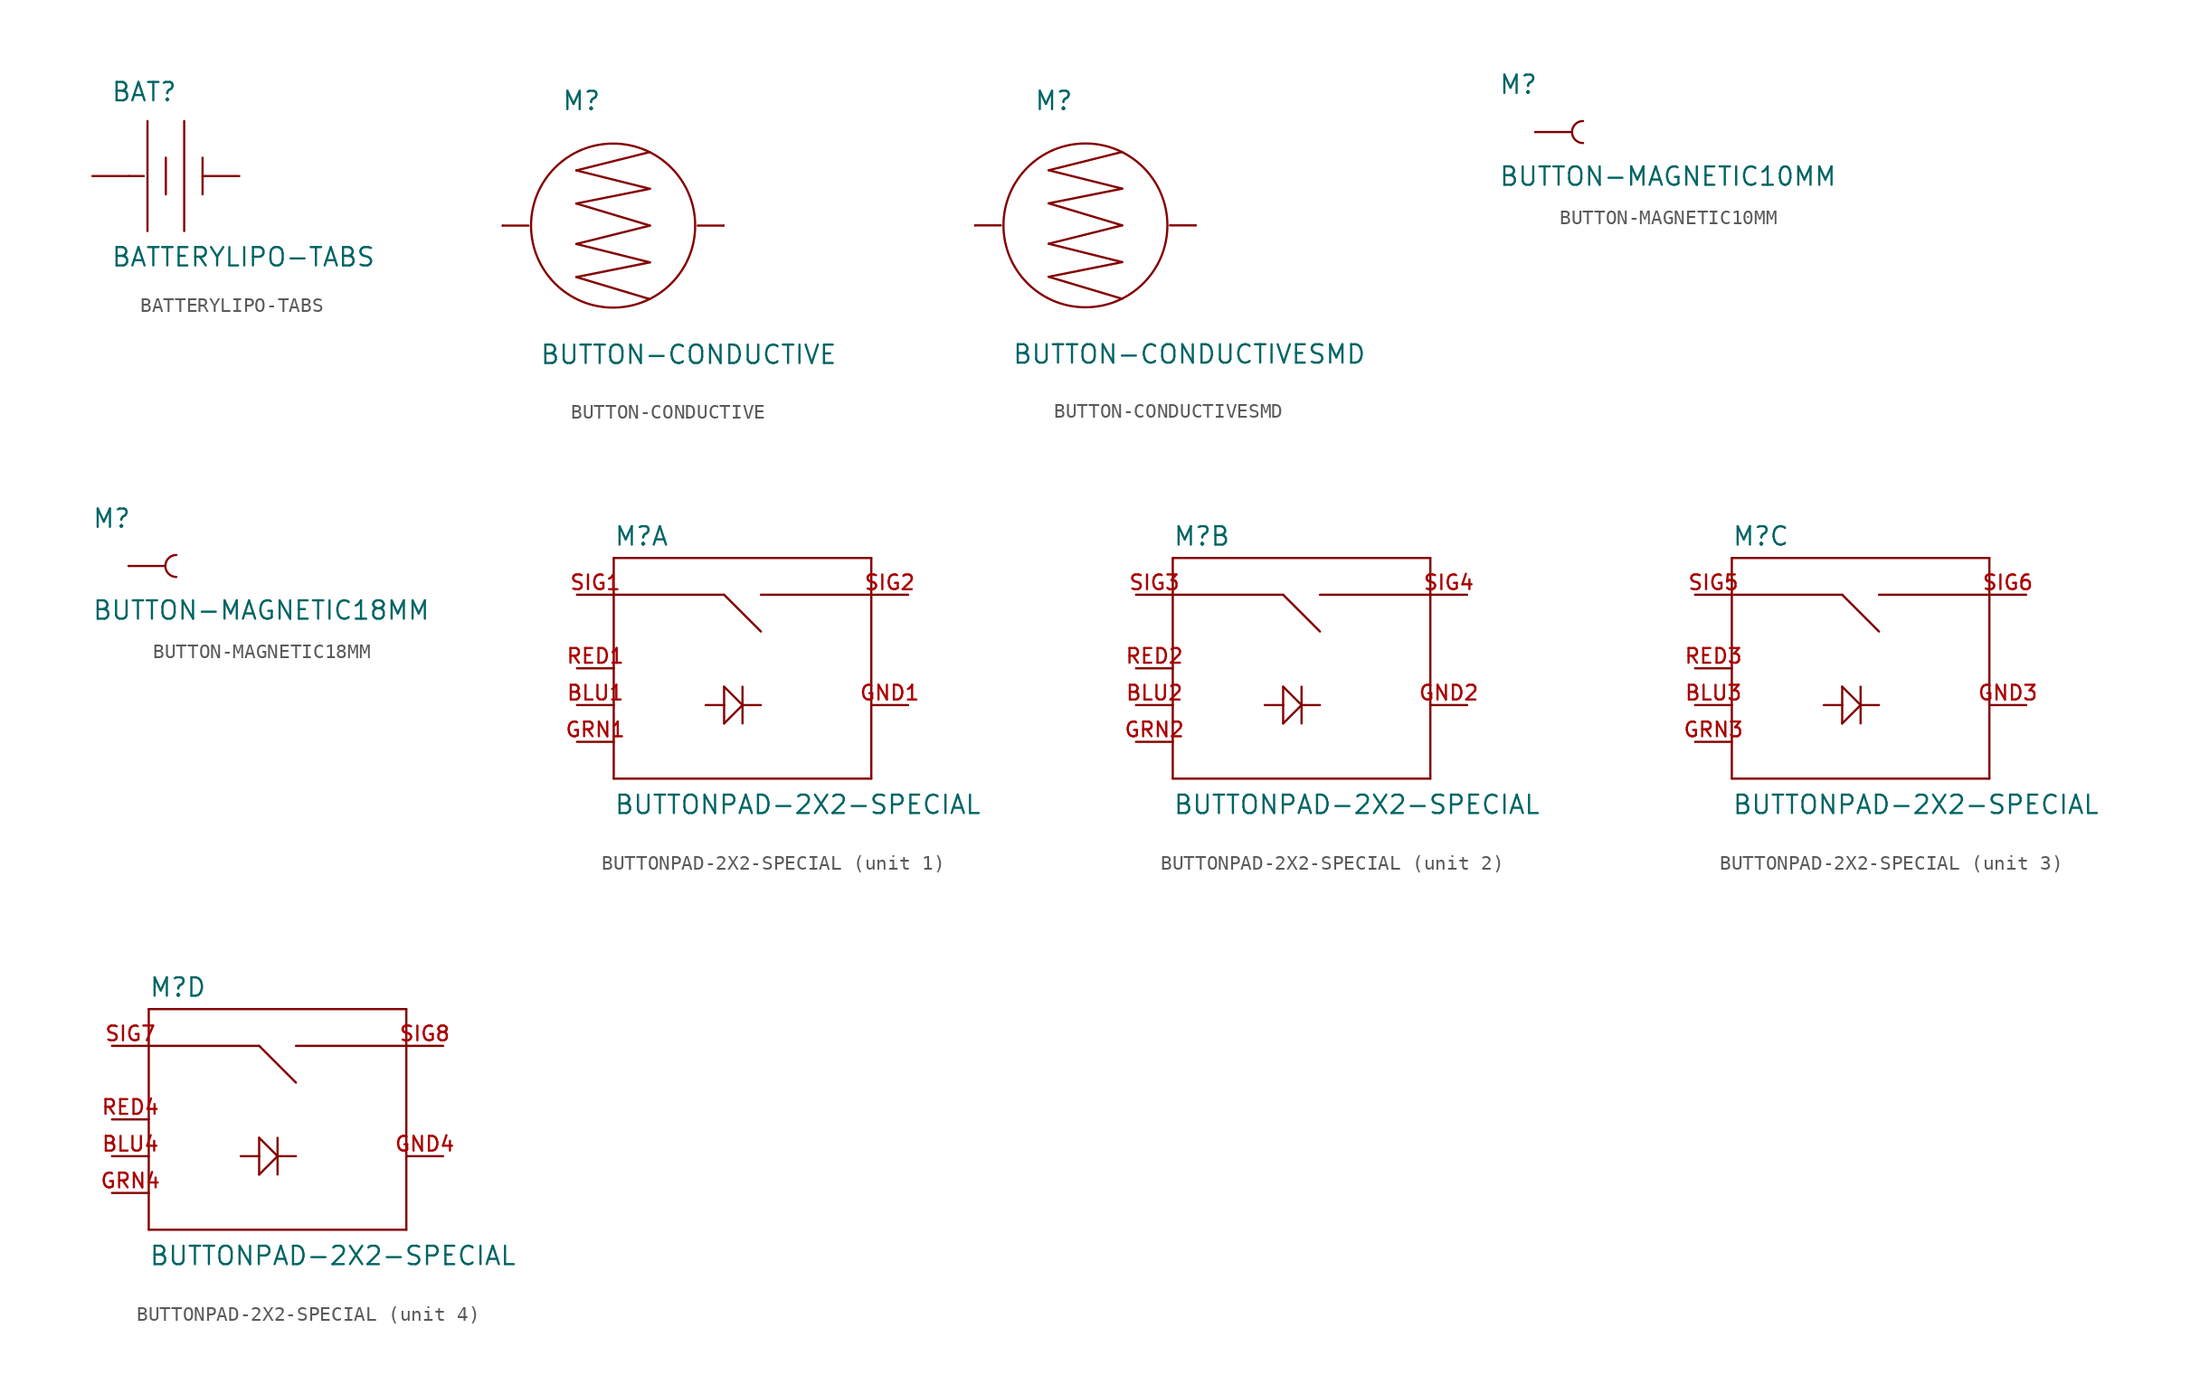
<source format=kicad_sym>
(kicad_symbol_lib
  (version 20220914)
  (generator kicad_symbol_editor)
  (symbol "BATTERYLIPO-TABS"
    (pin_numbers hide)
    (pin_names
      (offset 1.016) hide)
    (property "Reference" "BAT"
      (at -3.81 5.08 0)
      (effects (font (size 1.27 1.27)) (justify left bottom)))
    (property "Value" "BATTERYLIPO-TABS"
      (at -3.81 -6.35 0)
      (effects (font (size 1.27 1.27)) (justify left bottom)))
    (property "ki_locked" ""
      (at 0 0 0)
      (effects (font (size 1.27 1.27))))
    (symbol "BATTERYLIPO-TABS_1_0"
      (polyline (pts (xy -2.54 0) (xy -1.524 0)) (stroke (width 0) (type solid)) (fill (type none)))
      (polyline (pts (xy -1.27 3.81) (xy -1.27 -3.81)) (stroke (width 0) (type solid)) (fill (type none)))
      (polyline (pts (xy 0 1.27) (xy 0 -1.27)) (stroke (width 0) (type solid)) (fill (type none)))
      (polyline (pts (xy 1.27 3.81) (xy 1.27 -3.81)) (stroke (width 0) (type solid)) (fill (type none)))
      (polyline (pts (xy 2.54 1.27) (xy 2.54 -1.27)) (stroke (width 0) (type solid)) (fill (type none))))
    (symbol "BATTERYLIPO-TABS_1_1"
      (pin power_in line (at -5.08 0 0) (length 2.54) (name "+" (effects (font (size 1.016 1.016)))) (number "+" (effects (font (size 1.016 1.016)))))
      (pin power_in line (at 5.08 0 180) (length 2.54) (name "-" (effects (font (size 1.016 1.016)))) (number "-" (effects (font (size 1.016 1.016)))))))
  (symbol "BUTTON-CONDUCTIVE"
    (pin_numbers hide)
    (pin_names
      (offset 1.016) hide)
    (property "Reference" "M"
      (at -3.556 7.874 0)
      (effects (font (size 1.27 1.27)) (justify left bottom)))
    (property "Value" "BUTTON-CONDUCTIVE"
      (at -5.08 -9.652 0)
      (effects (font (size 1.27 1.27)) (justify left bottom)))
    (property "ki_locked" ""
      (at 0 0 0)
      (effects (font (size 1.27 1.27))))
    (symbol "BUTTON-CONDUCTIVE_1_0"
      (polyline (pts (xy -7.62 0) (xy -5.842 0)) (stroke (width 0) (type solid)) (fill (type none)))
      (polyline (pts (xy -2.54 -3.556) (xy 2.54 -5.08)) (stroke (width 0) (type solid)) (fill (type none)))
      (polyline (pts (xy -2.54 -1.27) (xy 2.54 -2.54)) (stroke (width 0) (type solid)) (fill (type none)))
      (polyline (pts (xy -2.54 1.524) (xy 2.54 0)) (stroke (width 0) (type solid)) (fill (type none)))
      (polyline (pts (xy -2.54 3.81) (xy 2.54 5.08)) (stroke (width 0) (type solid)) (fill (type none)))
      (polyline (pts (xy 2.54 -2.54) (xy -2.54 -3.556)) (stroke (width 0) (type solid)) (fill (type none)))
      (polyline (pts (xy 2.54 0) (xy -2.54 -1.27)) (stroke (width 0) (type solid)) (fill (type none)))
      (polyline (pts (xy 2.54 2.54) (xy -2.54 1.524)) (stroke (width 0) (type solid)) (fill (type none)))
      (polyline (pts (xy 2.54 2.54) (xy -2.54 3.81)) (stroke (width 0) (type solid)) (fill (type none)))
      (polyline (pts (xy 7.62 0) (xy 5.842 0)) (stroke (width 0) (type solid)) (fill (type none))))
    (symbol "BUTTON-CONDUCTIVE_1_1"
      (circle (center 0 0) (radius 5.664) (stroke (width 0) (type solid)) (fill (type none)))
      (pin passive line (at -7.62 0 0) (length 0) (name "1" (effects (font (size 1.016 1.016)))) (number "1" (effects (font (size 1.016 1.016)))))
      (pin passive line (at 7.62 0 180) (length 0) (name "2" (effects (font (size 1.016 1.016)))) (number "2" (effects (font (size 1.016 1.016)))))))
  (symbol "BUTTON-CONDUCTIVESMD"
    (pin_numbers hide)
    (pin_names
      (offset 1.016) hide)
    (property "Reference" "M"
      (at -3.556 7.874 0)
      (effects (font (size 1.27 1.27)) (justify left bottom)))
    (property "Value" "BUTTON-CONDUCTIVESMD"
      (at -5.08 -9.652 0)
      (effects (font (size 1.27 1.27)) (justify left bottom)))
    (property "ki_locked" ""
      (at 0 0 0)
      (effects (font (size 1.27 1.27))))
    (symbol "BUTTON-CONDUCTIVESMD_1_0"
      (polyline (pts (xy -7.62 0) (xy -5.842 0)) (stroke (width 0) (type solid)) (fill (type none)))
      (polyline (pts (xy -2.54 -3.556) (xy 2.54 -5.08)) (stroke (width 0) (type solid)) (fill (type none)))
      (polyline (pts (xy -2.54 -1.27) (xy 2.54 -2.54)) (stroke (width 0) (type solid)) (fill (type none)))
      (polyline (pts (xy -2.54 1.524) (xy 2.54 0)) (stroke (width 0) (type solid)) (fill (type none)))
      (polyline (pts (xy -2.54 3.81) (xy 2.54 5.08)) (stroke (width 0) (type solid)) (fill (type none)))
      (polyline (pts (xy 2.54 -2.54) (xy -2.54 -3.556)) (stroke (width 0) (type solid)) (fill (type none)))
      (polyline (pts (xy 2.54 0) (xy -2.54 -1.27)) (stroke (width 0) (type solid)) (fill (type none)))
      (polyline (pts (xy 2.54 2.54) (xy -2.54 1.524)) (stroke (width 0) (type solid)) (fill (type none)))
      (polyline (pts (xy 2.54 2.54) (xy -2.54 3.81)) (stroke (width 0) (type solid)) (fill (type none)))
      (polyline (pts (xy 7.62 0) (xy 5.842 0)) (stroke (width 0) (type solid)) (fill (type none))))
    (symbol "BUTTON-CONDUCTIVESMD_1_1"
      (circle (center 0 0) (radius 5.664) (stroke (width 0) (type solid)) (fill (type none)))
      (pin passive line (at -7.62 0 0) (length 0) (name "1" (effects (font (size 1.016 1.016)))) (number "1" (effects (font (size 1.016 1.016)))))
      (pin passive line (at 7.62 0 180) (length 0) (name "2" (effects (font (size 1.016 1.016)))) (number "2" (effects (font (size 1.016 1.016)))))))
  (symbol "BUTTON-MAGNETIC10MM"
    (pin_numbers hide)
    (pin_names
      (offset 1.016) hide)
    (property "Reference" "M"
      (at -5.08 2.54 0)
      (effects (font (size 1.27 1.27)) (justify left bottom)))
    (property "Value" "BUTTON-MAGNETIC10MM"
      (at -5.08 -3.81 0)
      (effects (font (size 1.27 1.27)) (justify left bottom)))
    (property "ki_locked" ""
      (at 0 0 0)
      (effects (font (size 1.27 1.27))))
    (symbol "BUTTON-MAGNETIC10MM_1_0"
      (polyline (pts (xy 0 0) (xy -2.54 0)) (stroke (width 0) (type solid)) (fill (type none))))
    (symbol "BUTTON-MAGNETIC10MM_1_1"
      (arc (start 0.762 0.762) (mid 0 0) (end 0.762 -0.762) (stroke (width 0) (type solid)) (fill (type none)))
      (pin bidirectional line (at -2.54 0 180) (length 0) (name "1" (effects (font (size 1.016 1.016)))) (number "1" (effects (font (size 1.016 1.016)))))))
  (symbol "BUTTON-MAGNETIC18MM"
    (pin_numbers hide)
    (pin_names
      (offset 1.016) hide)
    (property "Reference" "M"
      (at -5.08 2.54 0)
      (effects (font (size 1.27 1.27)) (justify left bottom)))
    (property "Value" "BUTTON-MAGNETIC18MM"
      (at -5.08 -3.81 0)
      (effects (font (size 1.27 1.27)) (justify left bottom)))
    (property "ki_locked" ""
      (at 0 0 0)
      (effects (font (size 1.27 1.27))))
    (symbol "BUTTON-MAGNETIC18MM_1_0"
      (polyline (pts (xy 0 0) (xy -2.54 0)) (stroke (width 0) (type solid)) (fill (type none))))
    (symbol "BUTTON-MAGNETIC18MM_1_1"
      (arc (start 0.762 0.762) (mid 0 0) (end 0.762 -0.762) (stroke (width 0) (type solid)) (fill (type none)))
      (pin bidirectional line (at -2.54 0 180) (length 0) (name "1" (effects (font (size 1.016 1.016)))) (number "1" (effects (font (size 1.016 1.016)))))))
  (symbol "BUTTONPAD-2X2-SPECIAL"
    (pin_names
      (offset 1.016) hide)
    (property "Reference" "M"
      (at -7.62 8.382 0)
      (effects (font (size 1.27 1.27)) (justify left bottom)))
    (property "Value" "BUTTONPAD-2X2-SPECIAL"
      (at -7.62 -10.16 0)
      (effects (font (size 1.27 1.27)) (justify left bottom)))
    (property "ki_locked" ""
      (at 0 0 0)
      (effects (font (size 1.27 1.27))))
    (symbol "BUTTONPAD-2X2-SPECIAL_1_0"
      (polyline (pts (xy -7.62 -7.62) (xy -7.62 5.08)) (stroke (width 0) (type solid)) (fill (type none)))
      (polyline (pts (xy -7.62 5.08) (xy -7.62 7.62)) (stroke (width 0) (type solid)) (fill (type none)))
      (polyline (pts (xy -7.62 5.08) (xy 0 5.08)) (stroke (width 0) (type solid)) (fill (type none)))
      (polyline (pts (xy -7.62 7.62) (xy 10.16 7.62)) (stroke (width 0) (type solid)) (fill (type none)))
      (polyline (pts (xy 0 -3.81) (xy 1.27 -2.54)) (stroke (width 0) (type solid)) (fill (type none)))
      (polyline (pts (xy 0 -2.54) (xy -1.27 -2.54)) (stroke (width 0) (type solid)) (fill (type none)))
      (polyline (pts (xy 0 -2.54) (xy 0 -3.81)) (stroke (width 0) (type solid)) (fill (type none)))
      (polyline (pts (xy 0 -1.27) (xy 0 -2.54)) (stroke (width 0) (type solid)) (fill (type none)))
      (polyline (pts (xy 0 5.08) (xy 2.54 2.54)) (stroke (width 0) (type solid)) (fill (type none)))
      (polyline (pts (xy 1.27 -2.54) (xy 0 -1.27)) (stroke (width 0) (type solid)) (fill (type none)))
      (polyline (pts (xy 1.27 -2.54) (xy 1.27 -3.81)) (stroke (width 0) (type solid)) (fill (type none)))
      (polyline (pts (xy 1.27 -2.54) (xy 2.54 -2.54)) (stroke (width 0) (type solid)) (fill (type none)))
      (polyline (pts (xy 1.27 -1.27) (xy 1.27 -2.54)) (stroke (width 0) (type solid)) (fill (type none)))
      (polyline (pts (xy 2.54 5.08) (xy 10.16 5.08)) (stroke (width 0) (type solid)) (fill (type none)))
      (polyline (pts (xy 10.16 -7.62) (xy -7.62 -7.62)) (stroke (width 0) (type solid)) (fill (type none)))
      (polyline (pts (xy 10.16 5.08) (xy 10.16 -7.62)) (stroke (width 0) (type solid)) (fill (type none)))
      (polyline (pts (xy 10.16 7.62) (xy 10.16 5.08)) (stroke (width 0) (type solid)) (fill (type none))))
    (symbol "BUTTONPAD-2X2-SPECIAL_1_1"
      (pin bidirectional line (at -10.16 -2.54 0) (length 2.54) (name "BLU" (effects (font (size 1.016 1.016)))) (number "BLU1" (effects (font (size 1.016 1.016)))))
      (pin bidirectional line (at 12.7 -2.54 180) (length 2.54) (name "GND" (effects (font (size 1.016 1.016)))) (number "GND1" (effects (font (size 1.016 1.016)))))
      (pin bidirectional line (at -10.16 -5.08 0) (length 2.54) (name "GRN" (effects (font (size 1.016 1.016)))) (number "GRN1" (effects (font (size 1.016 1.016)))))
      (pin bidirectional line (at -10.16 0 0) (length 2.54) (name "RED" (effects (font (size 1.016 1.016)))) (number "RED1" (effects (font (size 1.016 1.016)))))
      (pin bidirectional line (at -10.16 5.08 0) (length 2.54) (name "SIG1" (effects (font (size 1.016 1.016)))) (number "SIG1" (effects (font (size 1.016 1.016)))))
      (pin bidirectional line (at 12.7 5.08 180) (length 2.54) (name "SIG2" (effects (font (size 1.016 1.016)))) (number "SIG2" (effects (font (size 1.016 1.016))))))
    (symbol "BUTTONPAD-2X2-SPECIAL_2_0"
      (polyline (pts (xy -7.62 -7.62) (xy -7.62 5.08)) (stroke (width 0) (type solid)) (fill (type none)))
      (polyline (pts (xy -7.62 5.08) (xy -7.62 7.62)) (stroke (width 0) (type solid)) (fill (type none)))
      (polyline (pts (xy -7.62 5.08) (xy 0 5.08)) (stroke (width 0) (type solid)) (fill (type none)))
      (polyline (pts (xy -7.62 7.62) (xy 10.16 7.62)) (stroke (width 0) (type solid)) (fill (type none)))
      (polyline (pts (xy 0 -3.81) (xy 1.27 -2.54)) (stroke (width 0) (type solid)) (fill (type none)))
      (polyline (pts (xy 0 -2.54) (xy -1.27 -2.54)) (stroke (width 0) (type solid)) (fill (type none)))
      (polyline (pts (xy 0 -2.54) (xy 0 -3.81)) (stroke (width 0) (type solid)) (fill (type none)))
      (polyline (pts (xy 0 -1.27) (xy 0 -2.54)) (stroke (width 0) (type solid)) (fill (type none)))
      (polyline (pts (xy 0 5.08) (xy 2.54 2.54)) (stroke (width 0) (type solid)) (fill (type none)))
      (polyline (pts (xy 1.27 -2.54) (xy 0 -1.27)) (stroke (width 0) (type solid)) (fill (type none)))
      (polyline (pts (xy 1.27 -2.54) (xy 1.27 -3.81)) (stroke (width 0) (type solid)) (fill (type none)))
      (polyline (pts (xy 1.27 -2.54) (xy 2.54 -2.54)) (stroke (width 0) (type solid)) (fill (type none)))
      (polyline (pts (xy 1.27 -1.27) (xy 1.27 -2.54)) (stroke (width 0) (type solid)) (fill (type none)))
      (polyline (pts (xy 2.54 5.08) (xy 10.16 5.08)) (stroke (width 0) (type solid)) (fill (type none)))
      (polyline (pts (xy 10.16 -7.62) (xy -7.62 -7.62)) (stroke (width 0) (type solid)) (fill (type none)))
      (polyline (pts (xy 10.16 5.08) (xy 10.16 -7.62)) (stroke (width 0) (type solid)) (fill (type none)))
      (polyline (pts (xy 10.16 7.62) (xy 10.16 5.08)) (stroke (width 0) (type solid)) (fill (type none))))
    (symbol "BUTTONPAD-2X2-SPECIAL_2_1"
      (pin bidirectional line (at -10.16 -2.54 0) (length 2.54) (name "BLU" (effects (font (size 1.016 1.016)))) (number "BLU2" (effects (font (size 1.016 1.016)))))
      (pin bidirectional line (at 12.7 -2.54 180) (length 2.54) (name "GND" (effects (font (size 1.016 1.016)))) (number "GND2" (effects (font (size 1.016 1.016)))))
      (pin bidirectional line (at -10.16 -5.08 0) (length 2.54) (name "GRN" (effects (font (size 1.016 1.016)))) (number "GRN2" (effects (font (size 1.016 1.016)))))
      (pin bidirectional line (at -10.16 0 0) (length 2.54) (name "RED" (effects (font (size 1.016 1.016)))) (number "RED2" (effects (font (size 1.016 1.016)))))
      (pin bidirectional line (at -10.16 5.08 0) (length 2.54) (name "SIG1" (effects (font (size 1.016 1.016)))) (number "SIG3" (effects (font (size 1.016 1.016)))))
      (pin bidirectional line (at 12.7 5.08 180) (length 2.54) (name "SIG2" (effects (font (size 1.016 1.016)))) (number "SIG4" (effects (font (size 1.016 1.016))))))
    (symbol "BUTTONPAD-2X2-SPECIAL_3_0"
      (polyline (pts (xy -7.62 -7.62) (xy -7.62 5.08)) (stroke (width 0) (type solid)) (fill (type none)))
      (polyline (pts (xy -7.62 5.08) (xy -7.62 7.62)) (stroke (width 0) (type solid)) (fill (type none)))
      (polyline (pts (xy -7.62 5.08) (xy 0 5.08)) (stroke (width 0) (type solid)) (fill (type none)))
      (polyline (pts (xy -7.62 7.62) (xy 10.16 7.62)) (stroke (width 0) (type solid)) (fill (type none)))
      (polyline (pts (xy 0 -3.81) (xy 1.27 -2.54)) (stroke (width 0) (type solid)) (fill (type none)))
      (polyline (pts (xy 0 -2.54) (xy -1.27 -2.54)) (stroke (width 0) (type solid)) (fill (type none)))
      (polyline (pts (xy 0 -2.54) (xy 0 -3.81)) (stroke (width 0) (type solid)) (fill (type none)))
      (polyline (pts (xy 0 -1.27) (xy 0 -2.54)) (stroke (width 0) (type solid)) (fill (type none)))
      (polyline (pts (xy 0 5.08) (xy 2.54 2.54)) (stroke (width 0) (type solid)) (fill (type none)))
      (polyline (pts (xy 1.27 -2.54) (xy 0 -1.27)) (stroke (width 0) (type solid)) (fill (type none)))
      (polyline (pts (xy 1.27 -2.54) (xy 1.27 -3.81)) (stroke (width 0) (type solid)) (fill (type none)))
      (polyline (pts (xy 1.27 -2.54) (xy 2.54 -2.54)) (stroke (width 0) (type solid)) (fill (type none)))
      (polyline (pts (xy 1.27 -1.27) (xy 1.27 -2.54)) (stroke (width 0) (type solid)) (fill (type none)))
      (polyline (pts (xy 2.54 5.08) (xy 10.16 5.08)) (stroke (width 0) (type solid)) (fill (type none)))
      (polyline (pts (xy 10.16 -7.62) (xy -7.62 -7.62)) (stroke (width 0) (type solid)) (fill (type none)))
      (polyline (pts (xy 10.16 5.08) (xy 10.16 -7.62)) (stroke (width 0) (type solid)) (fill (type none)))
      (polyline (pts (xy 10.16 7.62) (xy 10.16 5.08)) (stroke (width 0) (type solid)) (fill (type none))))
    (symbol "BUTTONPAD-2X2-SPECIAL_3_1"
      (pin bidirectional line (at -10.16 -2.54 0) (length 2.54) (name "BLU" (effects (font (size 1.016 1.016)))) (number "BLU3" (effects (font (size 1.016 1.016)))))
      (pin bidirectional line (at 12.7 -2.54 180) (length 2.54) (name "GND" (effects (font (size 1.016 1.016)))) (number "GND3" (effects (font (size 1.016 1.016)))))
      (pin bidirectional line (at -10.16 -5.08 0) (length 2.54) (name "GRN" (effects (font (size 1.016 1.016)))) (number "GRN3" (effects (font (size 1.016 1.016)))))
      (pin bidirectional line (at -10.16 0 0) (length 2.54) (name "RED" (effects (font (size 1.016 1.016)))) (number "RED3" (effects (font (size 1.016 1.016)))))
      (pin bidirectional line (at -10.16 5.08 0) (length 2.54) (name "SIG1" (effects (font (size 1.016 1.016)))) (number "SIG5" (effects (font (size 1.016 1.016)))))
      (pin bidirectional line (at 12.7 5.08 180) (length 2.54) (name "SIG2" (effects (font (size 1.016 1.016)))) (number "SIG6" (effects (font (size 1.016 1.016))))))
    (symbol "BUTTONPAD-2X2-SPECIAL_4_0"
      (polyline (pts (xy -7.62 -7.62) (xy -7.62 5.08)) (stroke (width 0) (type solid)) (fill (type none)))
      (polyline (pts (xy -7.62 5.08) (xy -7.62 7.62)) (stroke (width 0) (type solid)) (fill (type none)))
      (polyline (pts (xy -7.62 5.08) (xy 0 5.08)) (stroke (width 0) (type solid)) (fill (type none)))
      (polyline (pts (xy -7.62 7.62) (xy 10.16 7.62)) (stroke (width 0) (type solid)) (fill (type none)))
      (polyline (pts (xy 0 -3.81) (xy 1.27 -2.54)) (stroke (width 0) (type solid)) (fill (type none)))
      (polyline (pts (xy 0 -2.54) (xy -1.27 -2.54)) (stroke (width 0) (type solid)) (fill (type none)))
      (polyline (pts (xy 0 -2.54) (xy 0 -3.81)) (stroke (width 0) (type solid)) (fill (type none)))
      (polyline (pts (xy 0 -1.27) (xy 0 -2.54)) (stroke (width 0) (type solid)) (fill (type none)))
      (polyline (pts (xy 0 5.08) (xy 2.54 2.54)) (stroke (width 0) (type solid)) (fill (type none)))
      (polyline (pts (xy 1.27 -2.54) (xy 0 -1.27)) (stroke (width 0) (type solid)) (fill (type none)))
      (polyline (pts (xy 1.27 -2.54) (xy 1.27 -3.81)) (stroke (width 0) (type solid)) (fill (type none)))
      (polyline (pts (xy 1.27 -2.54) (xy 2.54 -2.54)) (stroke (width 0) (type solid)) (fill (type none)))
      (polyline (pts (xy 1.27 -1.27) (xy 1.27 -2.54)) (stroke (width 0) (type solid)) (fill (type none)))
      (polyline (pts (xy 2.54 5.08) (xy 10.16 5.08)) (stroke (width 0) (type solid)) (fill (type none)))
      (polyline (pts (xy 10.16 -7.62) (xy -7.62 -7.62)) (stroke (width 0) (type solid)) (fill (type none)))
      (polyline (pts (xy 10.16 5.08) (xy 10.16 -7.62)) (stroke (width 0) (type solid)) (fill (type none)))
      (polyline (pts (xy 10.16 7.62) (xy 10.16 5.08)) (stroke (width 0) (type solid)) (fill (type none))))
    (symbol "BUTTONPAD-2X2-SPECIAL_4_1"
      (pin bidirectional line (at -10.16 -2.54 0) (length 2.54) (name "BLU" (effects (font (size 1.016 1.016)))) (number "BLU4" (effects (font (size 1.016 1.016)))))
      (pin bidirectional line (at 12.7 -2.54 180) (length 2.54) (name "GND" (effects (font (size 1.016 1.016)))) (number "GND4" (effects (font (size 1.016 1.016)))))
      (pin bidirectional line (at -10.16 -5.08 0) (length 2.54) (name "GRN" (effects (font (size 1.016 1.016)))) (number "GRN4" (effects (font (size 1.016 1.016)))))
      (pin bidirectional line (at -10.16 0 0) (length 2.54) (name "RED" (effects (font (size 1.016 1.016)))) (number "RED4" (effects (font (size 1.016 1.016)))))
      (pin bidirectional line (at -10.16 5.08 0) (length 2.54) (name "SIG1" (effects (font (size 1.016 1.016)))) (number "SIG7" (effects (font (size 1.016 1.016)))))
      (pin bidirectional line (at 12.7 5.08 180) (length 2.54) (name "SIG2" (effects (font (size 1.016 1.016)))) (number "SIG8" (effects (font (size 1.016 1.016))))))))
</source>
